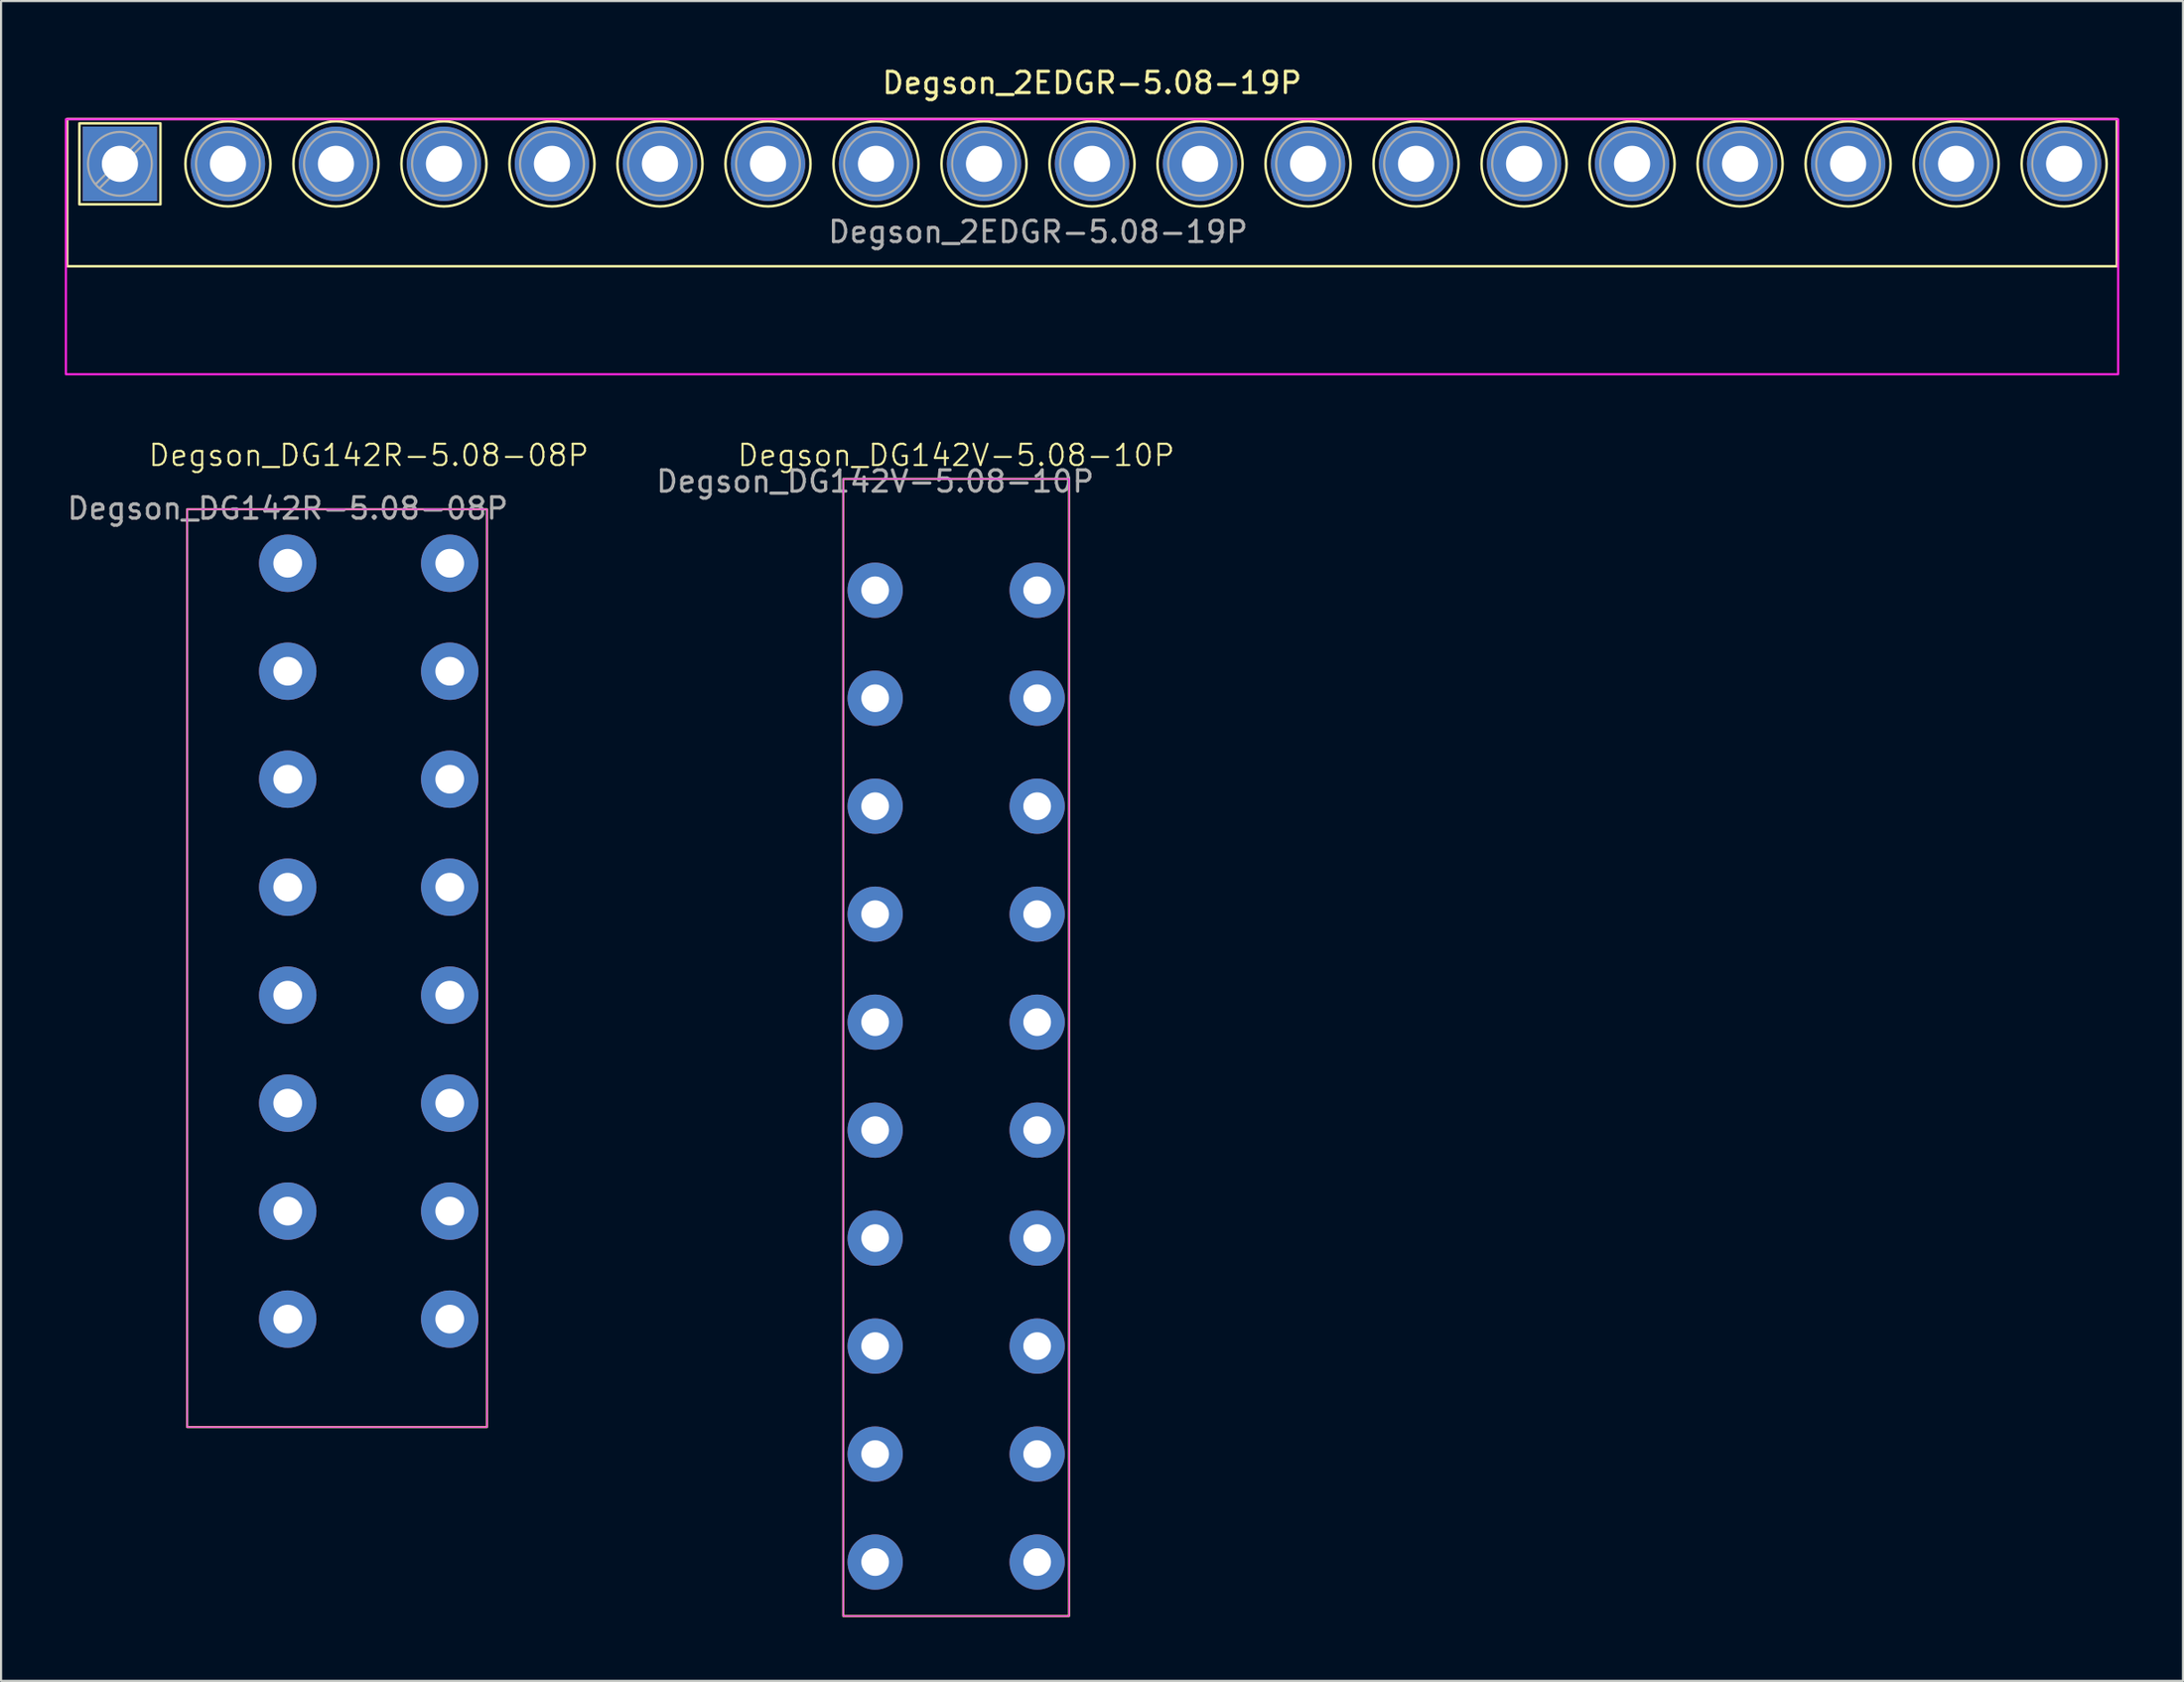
<source format=kicad_pcb>
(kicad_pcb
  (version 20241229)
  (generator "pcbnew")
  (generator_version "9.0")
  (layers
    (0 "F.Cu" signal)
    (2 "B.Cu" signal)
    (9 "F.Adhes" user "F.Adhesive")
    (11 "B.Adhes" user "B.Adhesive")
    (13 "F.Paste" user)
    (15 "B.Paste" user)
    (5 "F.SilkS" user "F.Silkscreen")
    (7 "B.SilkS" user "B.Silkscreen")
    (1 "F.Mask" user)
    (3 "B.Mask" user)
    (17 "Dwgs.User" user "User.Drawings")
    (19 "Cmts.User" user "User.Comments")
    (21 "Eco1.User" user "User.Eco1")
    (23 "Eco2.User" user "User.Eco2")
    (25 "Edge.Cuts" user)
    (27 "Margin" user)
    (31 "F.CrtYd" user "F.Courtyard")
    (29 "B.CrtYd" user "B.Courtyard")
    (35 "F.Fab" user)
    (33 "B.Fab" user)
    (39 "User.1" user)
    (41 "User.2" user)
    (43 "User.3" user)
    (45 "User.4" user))
  (footprint "Degson_2EDGR-5.08-19P"
    (layer "F.Cu")
    (at 2.59 4.658)
    (property "Reference" "Degson_2EDGR-5.08-19P" (at 45.72 -3.81 0) (layer "F.SilkS") (effects (font (size 1 1) (thickness 0.15))))
    (attr through_hole)
    (fp_rect (start -2.48 -2.11) (end 93.92 4.82) (stroke (width 0.12) (type default)) (fill no) (layer "F.SilkS"))
    (fp_rect (start -1.905 -1.905) (end 1.905 1.905) (stroke (width 0.12) (type default)) (fill no) (layer "F.SilkS"))
    (fp_circle (center 5.08 0) (end 7.08 0) (stroke (width 0.12) (type solid)) (fill no) (layer "F.SilkS"))
    (fp_circle (center 10.16 0) (end 12.16 0) (stroke (width 0.12) (type solid)) (fill no) (layer "F.SilkS"))
    (fp_circle (center 15.24 0) (end 17.24 0) (stroke (width 0.12) (type solid)) (fill no) (layer "F.SilkS"))
    (fp_circle (center 20.32 0) (end 22.32 0) (stroke (width 0.12) (type solid)) (fill no) (layer "F.SilkS"))
    (fp_circle (center 25.4 0) (end 27.4 0) (stroke (width 0.12) (type solid)) (fill no) (layer "F.SilkS"))
    (fp_circle (center 30.48 0) (end 32.48 0) (stroke (width 0.12) (type solid)) (fill no) (layer "F.SilkS"))
    (fp_circle (center 35.56 0) (end 37.56 0) (stroke (width 0.12) (type solid)) (fill no) (layer "F.SilkS"))
    (fp_circle (center 40.64 0) (end 42.64 0) (stroke (width 0.12) (type solid)) (fill no) (layer "F.SilkS"))
    (fp_circle (center 45.72 0) (end 47.72 0) (stroke (width 0.12) (type solid)) (fill no) (layer "F.SilkS"))
    (fp_circle (center 50.8 0) (end 52.8 0) (stroke (width 0.12) (type solid)) (fill no) (layer "F.SilkS"))
    (fp_circle (center 55.88 0) (end 57.88 0) (stroke (width 0.12) (type solid)) (fill no) (layer "F.SilkS"))
    (fp_circle (center 60.96 0) (end 62.96 0) (stroke (width 0.12) (type solid)) (fill no) (layer "F.SilkS"))
    (fp_circle (center 66.04 0) (end 68.04 0) (stroke (width 0.12) (type solid)) (fill no) (layer "F.SilkS"))
    (fp_circle (center 71.12 0) (end 73.12 0) (stroke (width 0.12) (type solid)) (fill no) (layer "F.SilkS"))
    (fp_circle (center 76.2 0) (end 78.2 0) (stroke (width 0.12) (type solid)) (fill no) (layer "F.SilkS"))
    (fp_circle (center 81.28 0) (end 83.28 0) (stroke (width 0.12) (type solid)) (fill no) (layer "F.SilkS"))
    (fp_circle (center 86.36 0) (end 88.36 0) (stroke (width 0.12) (type solid)) (fill no) (layer "F.SilkS"))
    (fp_circle (center 91.44 0) (end 93.44 0) (stroke (width 0.12) (type solid)) (fill no) (layer "F.SilkS"))
    (fp_rect (start -2.54 -2.1) (end 93.98 9.9) (stroke (width 0.1) (type default)) (fill no) (layer "F.CrtYd"))
    (fp_line (start 0.955 -1.138) (end -1.138 0.955) (stroke (width 0.1) (type solid)) (layer "F.Fab"))
    (fp_line (start 1.138 -0.955) (end -0.955 1.138) (stroke (width 0.1) (type solid)) (layer "F.Fab"))
    (fp_circle (center 0 0) (end 1.5 0) (stroke (width 0.1) (type solid)) (fill no) (layer "F.Fab"))
    (fp_circle (center 5.08 0) (end 6.58 0) (stroke (width 0.1) (type solid)) (fill no) (layer "F.Fab"))
    (fp_circle (center 10.16 0) (end 11.66 0) (stroke (width 0.1) (type solid)) (fill no) (layer "F.Fab"))
    (fp_circle (center 15.24 0) (end 16.74 0) (stroke (width 0.1) (type solid)) (fill no) (layer "F.Fab"))
    (fp_circle (center 20.32 0) (end 21.82 0) (stroke (width 0.1) (type solid)) (fill no) (layer "F.Fab"))
    (fp_circle (center 25.4 0) (end 26.9 0) (stroke (width 0.1) (type solid)) (fill no) (layer "F.Fab"))
    (fp_circle (center 30.48 0) (end 31.98 0) (stroke (width 0.1) (type solid)) (fill no) (layer "F.Fab"))
    (fp_circle (center 35.56 0) (end 37.06 0) (stroke (width 0.1) (type solid)) (fill no) (layer "F.Fab"))
    (fp_circle (center 40.64 0) (end 42.14 0) (stroke (width 0.1) (type solid)) (fill no) (layer "F.Fab"))
    (fp_circle (center 45.72 0) (end 47.22 0) (stroke (width 0.1) (type solid)) (fill no) (layer "F.Fab"))
    (fp_circle (center 50.8 0) (end 52.3 0) (stroke (width 0.1) (type solid)) (fill no) (layer "F.Fab"))
    (fp_circle (center 55.88 0) (end 57.38 0) (stroke (width 0.1) (type solid)) (fill no) (layer "F.Fab"))
    (fp_circle (center 60.96 0) (end 62.46 0) (stroke (width 0.1) (type solid)) (fill no) (layer "F.Fab"))
    (fp_circle (center 66.04 0) (end 67.54 0) (stroke (width 0.1) (type solid)) (fill no) (layer "F.Fab"))
    (fp_circle (center 71.12 0) (end 72.62 0) (stroke (width 0.1) (type solid)) (fill no) (layer "F.Fab"))
    (fp_circle (center 76.2 0) (end 77.7 0) (stroke (width 0.1) (type solid)) (fill no) (layer "F.Fab"))
    (fp_circle (center 81.28 0) (end 82.78 0) (stroke (width 0.1) (type solid)) (fill no) (layer "F.Fab"))
    (fp_circle (center 86.36 0) (end 87.86 0) (stroke (width 0.1) (type solid)) (fill no) (layer "F.Fab"))
    (fp_circle (center 91.44 0) (end 92.94 0) (stroke (width 0.1) (type solid)) (fill no) (layer "F.Fab"))
    (fp_text user "${REFERENCE}" (at 43.18 3.2 0) (layer "F.Fab") (effects (font (size 1 1) (thickness 0.15))))
    (pad "1" thru_hole rect (at 0 0) (size 3.5 3.5) (drill 1.7) (layers "*.Cu" "*.Mask"))
    (pad "2" thru_hole circle (at 5.08 0) (size 3.5 3.5) (drill 1.7) (layers "*.Cu" "*.Mask"))
    (pad "3" thru_hole circle (at 10.16 0) (size 3.5 3.5) (drill 1.7) (layers "*.Cu" "*.Mask"))
    (pad "4" thru_hole circle (at 15.24 0) (size 3.5 3.5) (drill 1.7) (layers "*.Cu" "*.Mask"))
    (pad "5" thru_hole circle (at 20.32 0) (size 3.5 3.5) (drill 1.7) (layers "*.Cu" "*.Mask"))
    (pad "6" thru_hole circle (at 25.4 0) (size 3.5 3.5) (drill 1.7) (layers "*.Cu" "*.Mask"))
    (pad "7" thru_hole circle (at 30.48 0) (size 3.5 3.5) (drill 1.7) (layers "*.Cu" "*.Mask"))
    (pad "8" thru_hole circle (at 35.56 0) (size 3.5 3.5) (drill 1.7) (layers "*.Cu" "*.Mask"))
    (pad "9" thru_hole circle (at 40.64 0) (size 3.5 3.5) (drill 1.7) (layers "*.Cu" "*.Mask"))
    (pad "10" thru_hole circle (at 45.72 0) (size 3.5 3.5) (drill 1.7) (layers "*.Cu" "*.Mask"))
    (pad "11" thru_hole circle (at 50.8 0) (size 3.5 3.5) (drill 1.7) (layers "*.Cu" "*.Mask"))
    (pad "12" thru_hole circle (at 55.88 0) (size 3.5 3.5) (drill 1.7) (layers "*.Cu" "*.Mask"))
    (pad "13" thru_hole circle (at 60.96 0) (size 3.5 3.5) (drill 1.7) (layers "*.Cu" "*.Mask"))
    (pad "14" thru_hole circle (at 66.04 0) (size 3.5 3.5) (drill 1.7) (layers "*.Cu" "*.Mask"))
    (pad "15" thru_hole circle (at 71.12 0) (size 3.5 3.5) (drill 1.7) (layers "*.Cu" "*.Mask"))
    (pad "16" thru_hole circle (at 76.2 0) (size 3.5 3.5) (drill 1.7) (layers "*.Cu" "*.Mask"))
    (pad "17" thru_hole circle (at 81.28 0) (size 3.5 3.5) (drill 1.7) (layers "*.Cu" "*.Mask"))
    (pad "18" thru_hole circle (at 86.36 0) (size 3.5 3.5) (drill 1.7) (layers "*.Cu" "*.Mask"))
    (pad "19" thru_hole circle (at 91.44 0) (size 3.5 3.5) (drill 1.7) (layers "*.Cu" "*.Mask")))
  (footprint "Degson_DG142V-5.08-10P"
    (layer "F.Cu")
    (at 41.92 19.479)
    (property "Reference" "Degson_DG142V-5.08-10P" (at 0 -1.11 0) (unlocked yes) (layer "F.SilkS") (effects (font (size 1 1) (thickness 0.1))))
    (attr through_hole)
    (fp_rect (start -5.31 0) (end 5.31 53.5) (stroke (width 0.1) (type default)) (fill no) (layer "F.SilkS"))
    (fp_rect (start -5.31 0) (end 5.31 53.5) (stroke (width 0.05) (type default)) (fill no) (layer "F.CrtYd"))
    (fp_text user "${REFERENCE}" (at -3.81 0.12 0) (unlocked yes) (layer "F.Fab") (effects (font (size 1 1) (thickness 0.15))))
    (pad "1" thru_hole circle (at -3.81 5.24) (size 2.6 2.6) (drill 1.3) (layers "*.Cu" "*.Mask"))
    (pad "1" thru_hole circle (at 3.81 5.24) (size 2.6 2.6) (drill 1.3) (layers "*.Cu" "*.Mask"))
    (pad "2" thru_hole circle (at -3.81 10.32) (size 2.6 2.6) (drill 1.3) (layers "*.Cu" "*.Mask"))
    (pad "2" thru_hole circle (at 3.81 10.32) (size 2.6 2.6) (drill 1.3) (layers "*.Cu" "*.Mask"))
    (pad "2" thru_hole circle (at 3.81 45.88) (size 2.6 2.6) (drill 1.3) (layers "*.Cu" "*.Mask"))
    (pad "3" thru_hole circle (at -3.81 15.4) (size 2.6 2.6) (drill 1.3) (layers "*.Cu" "*.Mask"))
    (pad "3" thru_hole circle (at 3.81 15.4) (size 2.6 2.6) (drill 1.3) (layers "*.Cu" "*.Mask"))
    (pad "4" thru_hole circle (at -3.81 20.48) (size 2.6 2.6) (drill 1.3) (layers "*.Cu" "*.Mask"))
    (pad "4" thru_hole circle (at 3.81 20.48) (size 2.6 2.6) (drill 1.3) (layers "*.Cu" "*.Mask"))
    (pad "5" thru_hole circle (at -3.81 25.56) (size 2.6 2.6) (drill 1.3) (layers "*.Cu" "*.Mask"))
    (pad "5" thru_hole circle (at 3.81 25.56) (size 2.6 2.6) (drill 1.3) (layers "*.Cu" "*.Mask"))
    (pad "6" thru_hole circle (at -3.81 30.64) (size 2.6 2.6) (drill 1.3) (layers "*.Cu" "*.Mask"))
    (pad "6" thru_hole circle (at 3.81 30.64) (size 2.6 2.6) (drill 1.3) (layers "*.Cu" "*.Mask"))
    (pad "7" thru_hole circle (at -3.81 35.72) (size 2.6 2.6) (drill 1.3) (layers "*.Cu" "*.Mask"))
    (pad "7" thru_hole circle (at 3.81 35.72) (size 2.6 2.6) (drill 1.3) (layers "*.Cu" "*.Mask"))
    (pad "8" thru_hole circle (at -3.81 40.8) (size 2.6 2.6) (drill 1.3) (layers "*.Cu" "*.Mask"))
    (pad "8" thru_hole circle (at 3.81 40.8) (size 2.6 2.6) (drill 1.3) (layers "*.Cu" "*.Mask"))
    (pad "9" thru_hole circle (at -3.81 45.88) (size 2.6 2.6) (drill 1.3) (layers "*.Cu" "*.Mask"))
    (pad "10" thru_hole circle (at -3.81 50.96) (size 2.6 2.6) (drill 1.3) (layers "*.Cu" "*.Mask"))
    (pad "10" thru_hole circle (at 3.81 50.96) (size 2.6 2.6) (drill 1.3) (layers "*.Cu" "*.Mask")))
  (footprint "Degson_DG142R-5.08-08P"
    (layer "F.Cu")
    (at 14.292 23.449)
    (property "Reference" "Degson_DG142R-5.08-08P" (at 0 -5.08 0) (unlocked yes) (layer "F.SilkS") (effects (font (size 1 1) (thickness 0.1))))
    (attr through_hole)
    (fp_rect (start -8.54 -2.54) (end 5.56 40.64) (stroke (width 0.1) (type default)) (fill no) (layer "F.SilkS"))
    (fp_rect (start -8.54 -2.54) (end 5.56 40.64) (stroke (width 0.05) (type default)) (fill no) (layer "F.CrtYd"))
    (fp_text user "${REFERENCE}" (at -3.81 -2.58 0) (unlocked yes) (layer "F.Fab") (effects (font (size 1 1) (thickness 0.15))))
    (pad "1" thru_hole circle (at -3.81 0) (size 2.7 2.7) (drill 1.35) (layers "*.Cu" "*.Mask"))
    (pad "1" thru_hole circle (at 3.81 0) (size 2.7 2.7) (drill 1.35) (layers "*.Cu" "*.Mask"))
    (pad "2" thru_hole circle (at -3.81 5.08) (size 2.7 2.7) (drill 1.35) (layers "*.Cu" "*.Mask"))
    (pad "2" thru_hole circle (at 3.81 5.08) (size 2.7 2.7) (drill 1.35) (layers "*.Cu" "*.Mask"))
    (pad "3" thru_hole circle (at -3.81 10.16) (size 2.7 2.7) (drill 1.35) (layers "*.Cu" "*.Mask"))
    (pad "3" thru_hole circle (at 3.81 10.16) (size 2.7 2.7) (drill 1.35) (layers "*.Cu" "*.Mask"))
    (pad "4" thru_hole circle (at -3.81 15.24) (size 2.7 2.7) (drill 1.35) (layers "*.Cu" "*.Mask"))
    (pad "4" thru_hole circle (at 3.81 15.24) (size 2.7 2.7) (drill 1.35) (layers "*.Cu" "*.Mask"))
    (pad "5" thru_hole circle (at -3.81 20.32) (size 2.7 2.7) (drill 1.35) (layers "*.Cu" "*.Mask"))
    (pad "5" thru_hole circle (at 3.81 20.32) (size 2.7 2.7) (drill 1.35) (layers "*.Cu" "*.Mask"))
    (pad "6" thru_hole circle (at -3.81 25.4) (size 2.7 2.7) (drill 1.35) (layers "*.Cu" "*.Mask"))
    (pad "6" thru_hole circle (at 3.81 25.4) (size 2.7 2.7) (drill 1.35) (layers "*.Cu" "*.Mask"))
    (pad "7" thru_hole circle (at -3.81 30.48) (size 2.7 2.7) (drill 1.35) (layers "*.Cu" "*.Mask"))
    (pad "7" thru_hole circle (at 3.81 30.48) (size 2.7 2.7) (drill 1.35) (layers "*.Cu" "*.Mask"))
    (pad "8" thru_hole circle (at -3.81 35.56) (size 2.7 2.7) (drill 1.35) (layers "*.Cu" "*.Mask"))
    (pad "8" thru_hole circle (at 3.81 35.56) (size 2.7 2.7) (drill 1.35) (layers "*.Cu" "*.Mask")))
  (gr_rect
    (start -3 -3)
    (end 99.62 76.029)
    (stroke (width 0.1) (type default))
    (fill no)
    (layer "Edge.Cuts")))
</source>
